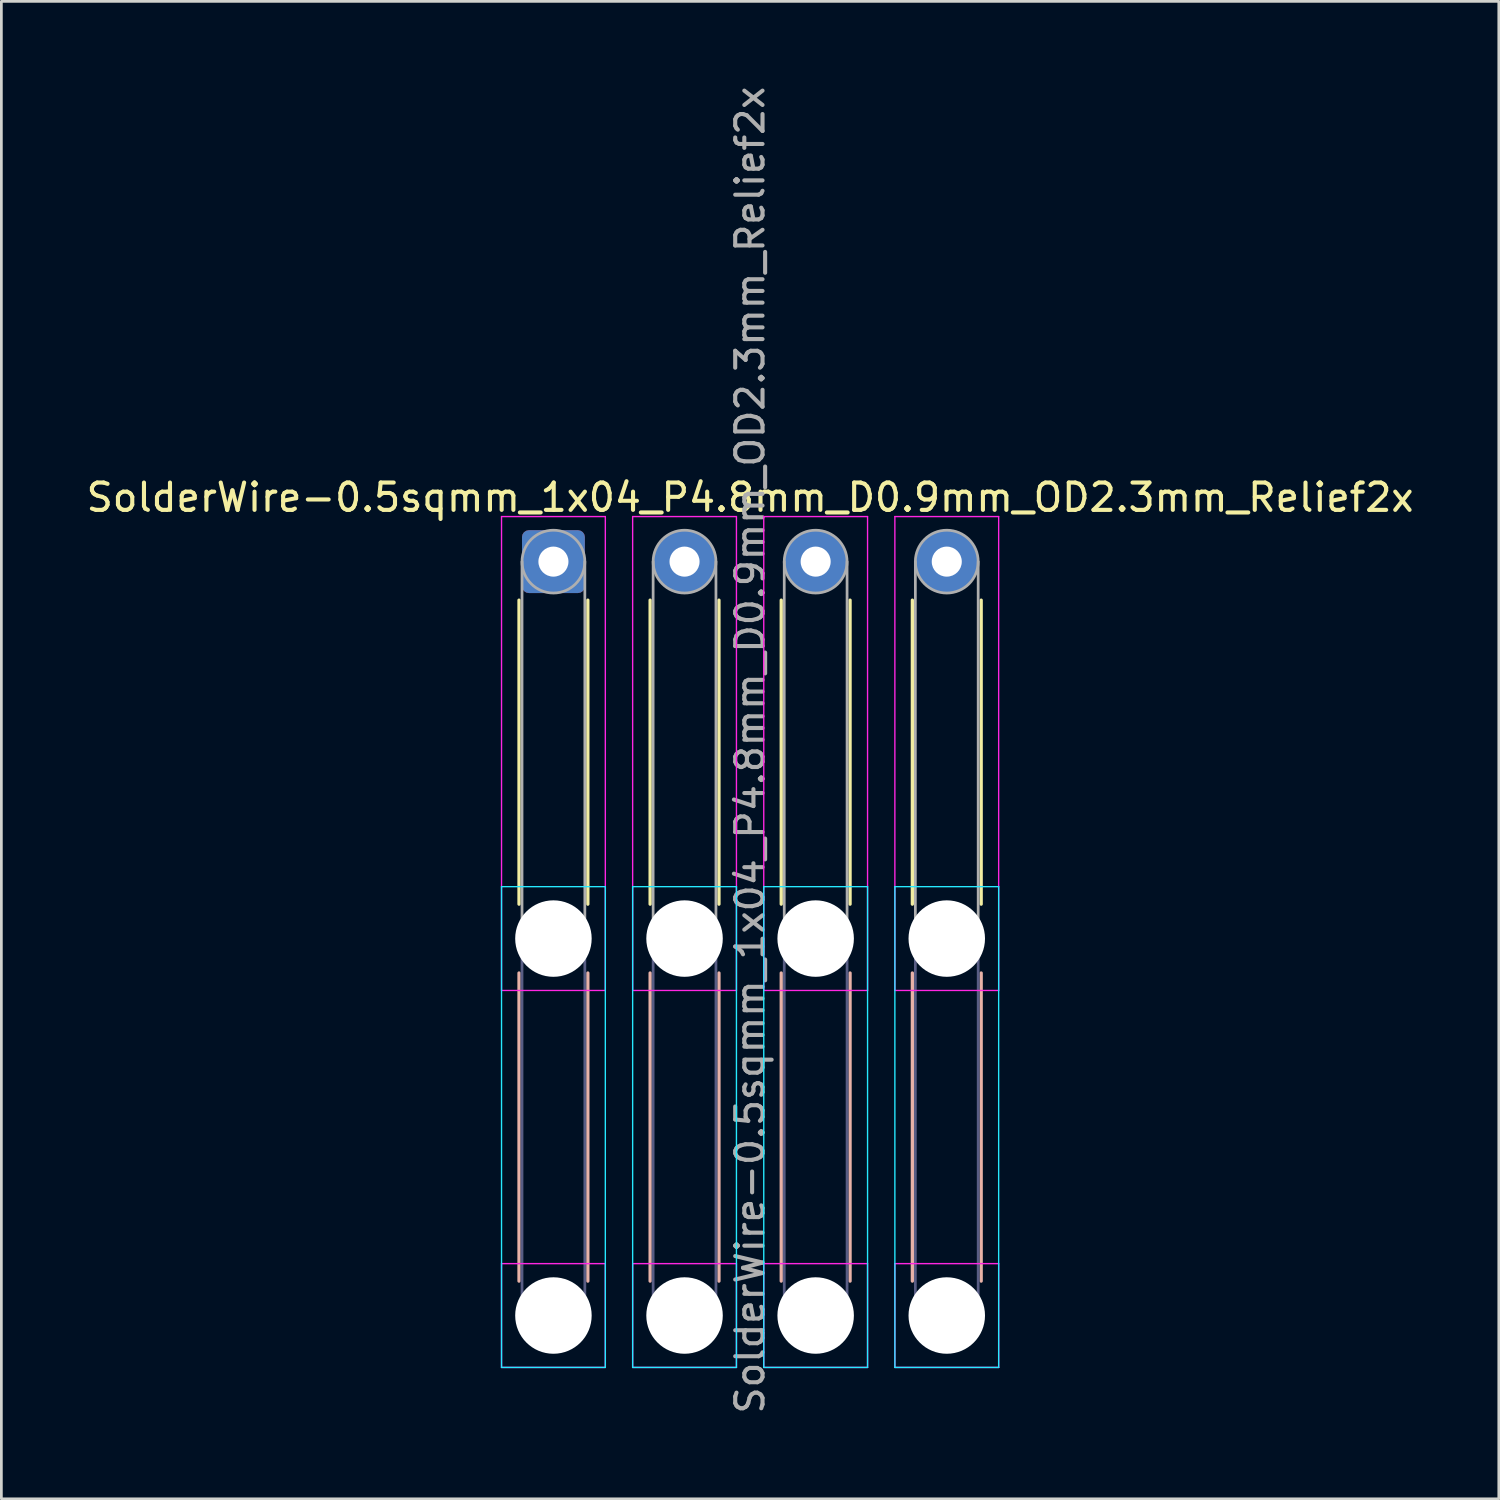
<source format=kicad_pcb>
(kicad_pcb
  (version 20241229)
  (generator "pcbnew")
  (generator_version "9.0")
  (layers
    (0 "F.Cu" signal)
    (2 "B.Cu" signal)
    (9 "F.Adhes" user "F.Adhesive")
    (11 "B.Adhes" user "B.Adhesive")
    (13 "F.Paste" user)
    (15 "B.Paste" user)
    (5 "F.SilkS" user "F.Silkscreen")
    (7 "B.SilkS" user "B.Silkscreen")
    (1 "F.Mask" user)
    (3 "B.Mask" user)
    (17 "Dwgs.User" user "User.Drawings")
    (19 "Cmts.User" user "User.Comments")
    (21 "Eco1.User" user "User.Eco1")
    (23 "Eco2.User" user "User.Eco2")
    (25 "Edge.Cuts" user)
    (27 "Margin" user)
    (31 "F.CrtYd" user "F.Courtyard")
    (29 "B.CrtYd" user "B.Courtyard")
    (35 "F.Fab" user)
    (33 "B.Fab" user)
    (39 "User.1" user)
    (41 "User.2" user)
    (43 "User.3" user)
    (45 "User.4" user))
  (footprint "SolderWire-0.5sqmm_1x04_P4.8mm_D0.9mm_OD2.3mm_Relief2x"
    (layer "F.Cu")
    (at 17.211 17.511)
    (property "Reference" "SolderWire-0.5sqmm_1x04_P4.8mm_D0.9mm_OD2.3mm_Relief2x" (at 7.2 -2.35 0) (layer "F.SilkS") (effects (font (size 1 1) (thickness 0.15))))
    (attr exclude_from_pos_files exclude_from_bom)
    (fp_line (start -1.26 1.41) (end -1.26 12.54) (stroke (width 0.12) (type solid)) (layer "F.SilkS"))
    (fp_line (start 1.26 1.41) (end 1.26 12.54) (stroke (width 0.12) (type solid)) (layer "F.SilkS"))
    (fp_line (start 3.54 1.41) (end 3.54 12.54) (stroke (width 0.12) (type solid)) (layer "F.SilkS"))
    (fp_line (start 6.06 1.41) (end 6.06 12.54) (stroke (width 0.12) (type solid)) (layer "F.SilkS"))
    (fp_line (start 8.34 1.41) (end 8.34 12.54) (stroke (width 0.12) (type solid)) (layer "F.SilkS"))
    (fp_line (start 10.86 1.41) (end 10.86 12.54) (stroke (width 0.12) (type solid)) (layer "F.SilkS"))
    (fp_line (start 13.14 1.41) (end 13.14 12.54) (stroke (width 0.12) (type solid)) (layer "F.SilkS"))
    (fp_line (start 15.66 1.41) (end 15.66 12.54) (stroke (width 0.12) (type solid)) (layer "F.SilkS"))
    (fp_line (start -1.26 15.06) (end -1.26 26.34) (stroke (width 0.12) (type solid)) (layer "B.SilkS"))
    (fp_line (start 1.26 15.06) (end 1.26 26.34) (stroke (width 0.12) (type solid)) (layer "B.SilkS"))
    (fp_line (start 3.54 15.06) (end 3.54 26.34) (stroke (width 0.12) (type solid)) (layer "B.SilkS"))
    (fp_line (start 6.06 15.06) (end 6.06 26.34) (stroke (width 0.12) (type solid)) (layer "B.SilkS"))
    (fp_line (start 8.34 15.06) (end 8.34 26.34) (stroke (width 0.12) (type solid)) (layer "B.SilkS"))
    (fp_line (start 10.86 15.06) (end 10.86 26.34) (stroke (width 0.12) (type solid)) (layer "B.SilkS"))
    (fp_line (start 13.14 15.06) (end 13.14 26.34) (stroke (width 0.12) (type solid)) (layer "B.SilkS"))
    (fp_line (start 15.66 15.06) (end 15.66 26.34) (stroke (width 0.12) (type solid)) (layer "B.SilkS"))
    (fp_line (start -1.9 11.9) (end -1.9 29.5) (stroke (width 0.05) (type solid)) (layer "B.CrtYd"))
    (fp_line (start -1.9 29.5) (end 1.9 29.5) (stroke (width 0.05) (type solid)) (layer "B.CrtYd"))
    (fp_line (start 1.9 11.9) (end -1.9 11.9) (stroke (width 0.05) (type solid)) (layer "B.CrtYd"))
    (fp_line (start 1.9 29.5) (end 1.9 11.9) (stroke (width 0.05) (type solid)) (layer "B.CrtYd"))
    (fp_line (start 2.9 11.9) (end 2.9 29.5) (stroke (width 0.05) (type solid)) (layer "B.CrtYd"))
    (fp_line (start 2.9 29.5) (end 6.7 29.5) (stroke (width 0.05) (type solid)) (layer "B.CrtYd"))
    (fp_line (start 6.7 11.9) (end 2.9 11.9) (stroke (width 0.05) (type solid)) (layer "B.CrtYd"))
    (fp_line (start 6.7 29.5) (end 6.7 11.9) (stroke (width 0.05) (type solid)) (layer "B.CrtYd"))
    (fp_line (start 7.7 11.9) (end 7.7 29.5) (stroke (width 0.05) (type solid)) (layer "B.CrtYd"))
    (fp_line (start 7.7 29.5) (end 11.5 29.5) (stroke (width 0.05) (type solid)) (layer "B.CrtYd"))
    (fp_line (start 11.5 11.9) (end 7.7 11.9) (stroke (width 0.05) (type solid)) (layer "B.CrtYd"))
    (fp_line (start 11.5 29.5) (end 11.5 11.9) (stroke (width 0.05) (type solid)) (layer "B.CrtYd"))
    (fp_line (start 12.5 11.9) (end 12.5 29.5) (stroke (width 0.05) (type solid)) (layer "B.CrtYd"))
    (fp_line (start 12.5 29.5) (end 16.3 29.5) (stroke (width 0.05) (type solid)) (layer "B.CrtYd"))
    (fp_line (start 16.3 11.9) (end 12.5 11.9) (stroke (width 0.05) (type solid)) (layer "B.CrtYd"))
    (fp_line (start 16.3 29.5) (end 16.3 11.9) (stroke (width 0.05) (type solid)) (layer "B.CrtYd"))
    (fp_line (start -1.9 -1.65) (end -1.9 15.7) (stroke (width 0.05) (type solid)) (layer "F.CrtYd"))
    (fp_line (start -1.9 15.7) (end 1.9 15.7) (stroke (width 0.05) (type solid)) (layer "F.CrtYd"))
    (fp_line (start -1.9 25.7) (end -1.9 29.5) (stroke (width 0.05) (type solid)) (layer "F.CrtYd"))
    (fp_line (start -1.9 29.5) (end 1.9 29.5) (stroke (width 0.05) (type solid)) (layer "F.CrtYd"))
    (fp_line (start 1.9 -1.65) (end -1.9 -1.65) (stroke (width 0.05) (type solid)) (layer "F.CrtYd"))
    (fp_line (start 1.9 15.7) (end 1.9 -1.65) (stroke (width 0.05) (type solid)) (layer "F.CrtYd"))
    (fp_line (start 1.9 25.7) (end -1.9 25.7) (stroke (width 0.05) (type solid)) (layer "F.CrtYd"))
    (fp_line (start 1.9 29.5) (end 1.9 25.7) (stroke (width 0.05) (type solid)) (layer "F.CrtYd"))
    (fp_line (start 2.9 -1.65) (end 2.9 15.7) (stroke (width 0.05) (type solid)) (layer "F.CrtYd"))
    (fp_line (start 2.9 15.7) (end 6.7 15.7) (stroke (width 0.05) (type solid)) (layer "F.CrtYd"))
    (fp_line (start 2.9 25.7) (end 2.9 29.5) (stroke (width 0.05) (type solid)) (layer "F.CrtYd"))
    (fp_line (start 2.9 29.5) (end 6.7 29.5) (stroke (width 0.05) (type solid)) (layer "F.CrtYd"))
    (fp_line (start 6.7 -1.65) (end 2.9 -1.65) (stroke (width 0.05) (type solid)) (layer "F.CrtYd"))
    (fp_line (start 6.7 15.7) (end 6.7 -1.65) (stroke (width 0.05) (type solid)) (layer "F.CrtYd"))
    (fp_line (start 6.7 25.7) (end 2.9 25.7) (stroke (width 0.05) (type solid)) (layer "F.CrtYd"))
    (fp_line (start 6.7 29.5) (end 6.7 25.7) (stroke (width 0.05) (type solid)) (layer "F.CrtYd"))
    (fp_line (start 7.7 -1.65) (end 7.7 15.7) (stroke (width 0.05) (type solid)) (layer "F.CrtYd"))
    (fp_line (start 7.7 15.7) (end 11.5 15.7) (stroke (width 0.05) (type solid)) (layer "F.CrtYd"))
    (fp_line (start 7.7 25.7) (end 7.7 29.5) (stroke (width 0.05) (type solid)) (layer "F.CrtYd"))
    (fp_line (start 7.7 29.5) (end 11.5 29.5) (stroke (width 0.05) (type solid)) (layer "F.CrtYd"))
    (fp_line (start 11.5 -1.65) (end 7.7 -1.65) (stroke (width 0.05) (type solid)) (layer "F.CrtYd"))
    (fp_line (start 11.5 15.7) (end 11.5 -1.65) (stroke (width 0.05) (type solid)) (layer "F.CrtYd"))
    (fp_line (start 11.5 25.7) (end 7.7 25.7) (stroke (width 0.05) (type solid)) (layer "F.CrtYd"))
    (fp_line (start 11.5 29.5) (end 11.5 25.7) (stroke (width 0.05) (type solid)) (layer "F.CrtYd"))
    (fp_line (start 12.5 -1.65) (end 12.5 15.7) (stroke (width 0.05) (type solid)) (layer "F.CrtYd"))
    (fp_line (start 12.5 15.7) (end 16.3 15.7) (stroke (width 0.05) (type solid)) (layer "F.CrtYd"))
    (fp_line (start 12.5 25.7) (end 12.5 29.5) (stroke (width 0.05) (type solid)) (layer "F.CrtYd"))
    (fp_line (start 12.5 29.5) (end 16.3 29.5) (stroke (width 0.05) (type solid)) (layer "F.CrtYd"))
    (fp_line (start 16.3 -1.65) (end 12.5 -1.65) (stroke (width 0.05) (type solid)) (layer "F.CrtYd"))
    (fp_line (start 16.3 15.7) (end 16.3 -1.65) (stroke (width 0.05) (type solid)) (layer "F.CrtYd"))
    (fp_line (start 16.3 25.7) (end 12.5 25.7) (stroke (width 0.05) (type solid)) (layer "F.CrtYd"))
    (fp_line (start 16.3 29.5) (end 16.3 25.7) (stroke (width 0.05) (type solid)) (layer "F.CrtYd"))
    (fp_line (start -1.15 13.8) (end -1.15 27.6) (stroke (width 0.1) (type solid)) (layer "B.Fab"))
    (fp_line (start 1.15 13.8) (end 1.15 27.6) (stroke (width 0.1) (type solid)) (layer "B.Fab"))
    (fp_line (start 3.65 13.8) (end 3.65 27.6) (stroke (width 0.1) (type solid)) (layer "B.Fab"))
    (fp_line (start 5.95 13.8) (end 5.95 27.6) (stroke (width 0.1) (type solid)) (layer "B.Fab"))
    (fp_line (start 8.45 13.8) (end 8.45 27.6) (stroke (width 0.1) (type solid)) (layer "B.Fab"))
    (fp_line (start 10.75 13.8) (end 10.75 27.6) (stroke (width 0.1) (type solid)) (layer "B.Fab"))
    (fp_line (start 13.25 13.8) (end 13.25 27.6) (stroke (width 0.1) (type solid)) (layer "B.Fab"))
    (fp_line (start 15.55 13.8) (end 15.55 27.6) (stroke (width 0.1) (type solid)) (layer "B.Fab"))
    (fp_circle (center 0 13.8) (end 1.15 13.8) (stroke (width 0.1) (type solid)) (fill no) (layer "B.Fab"))
    (fp_circle (center 0 27.6) (end 1.15 27.6) (stroke (width 0.1) (type solid)) (fill no) (layer "B.Fab"))
    (fp_circle (center 4.8 13.8) (end 5.95 13.8) (stroke (width 0.1) (type solid)) (fill no) (layer "B.Fab"))
    (fp_circle (center 4.8 27.6) (end 5.95 27.6) (stroke (width 0.1) (type solid)) (fill no) (layer "B.Fab"))
    (fp_circle (center 9.6 13.8) (end 10.75 13.8) (stroke (width 0.1) (type solid)) (fill no) (layer "B.Fab"))
    (fp_circle (center 9.6 27.6) (end 10.75 27.6) (stroke (width 0.1) (type solid)) (fill no) (layer "B.Fab"))
    (fp_circle (center 14.4 13.8) (end 15.55 13.8) (stroke (width 0.1) (type solid)) (fill no) (layer "B.Fab"))
    (fp_circle (center 14.4 27.6) (end 15.55 27.6) (stroke (width 0.1) (type solid)) (fill no) (layer "B.Fab"))
    (fp_line (start -1.15 0) (end -1.15 13.8) (stroke (width 0.1) (type solid)) (layer "F.Fab"))
    (fp_line (start 1.15 0) (end 1.15 13.8) (stroke (width 0.1) (type solid)) (layer "F.Fab"))
    (fp_line (start 3.65 0) (end 3.65 13.8) (stroke (width 0.1) (type solid)) (layer "F.Fab"))
    (fp_line (start 5.95 0) (end 5.95 13.8) (stroke (width 0.1) (type solid)) (layer "F.Fab"))
    (fp_line (start 8.45 0) (end 8.45 13.8) (stroke (width 0.1) (type solid)) (layer "F.Fab"))
    (fp_line (start 10.75 0) (end 10.75 13.8) (stroke (width 0.1) (type solid)) (layer "F.Fab"))
    (fp_line (start 13.25 0) (end 13.25 13.8) (stroke (width 0.1) (type solid)) (layer "F.Fab"))
    (fp_line (start 15.55 0) (end 15.55 13.8) (stroke (width 0.1) (type solid)) (layer "F.Fab"))
    (fp_circle (center 0 0) (end 1.15 0) (stroke (width 0.1) (type solid)) (fill no) (layer "F.Fab"))
    (fp_circle (center 0 13.8) (end 1.15 13.8) (stroke (width 0.1) (type solid)) (fill no) (layer "F.Fab"))
    (fp_circle (center 0 27.6) (end 1.15 27.6) (stroke (width 0.1) (type solid)) (fill no) (layer "F.Fab"))
    (fp_circle (center 4.8 0) (end 5.95 0) (stroke (width 0.1) (type solid)) (fill no) (layer "F.Fab"))
    (fp_circle (center 4.8 13.8) (end 5.95 13.8) (stroke (width 0.1) (type solid)) (fill no) (layer "F.Fab"))
    (fp_circle (center 4.8 27.6) (end 5.95 27.6) (stroke (width 0.1) (type solid)) (fill no) (layer "F.Fab"))
    (fp_circle (center 9.6 0) (end 10.75 0) (stroke (width 0.1) (type solid)) (fill no) (layer "F.Fab"))
    (fp_circle (center 9.6 13.8) (end 10.75 13.8) (stroke (width 0.1) (type solid)) (fill no) (layer "F.Fab"))
    (fp_circle (center 9.6 27.6) (end 10.75 27.6) (stroke (width 0.1) (type solid)) (fill no) (layer "F.Fab"))
    (fp_circle (center 14.4 0) (end 15.55 0) (stroke (width 0.1) (type solid)) (fill no) (layer "F.Fab"))
    (fp_circle (center 14.4 13.8) (end 15.55 13.8) (stroke (width 0.1) (type solid)) (fill no) (layer "F.Fab"))
    (fp_circle (center 14.4 27.6) (end 15.55 27.6) (stroke (width 0.1) (type solid)) (fill no) (layer "F.Fab"))
    (fp_text user "${REFERENCE}" (at 7.2 6.9 90) (layer "F.Fab") (effects (font (size 1 1) (thickness 0.15))))
    (pad "" np_thru_hole circle (at 0 13.8) (size 2.8 2.8) (drill 2.8) (layers "*.Cu" "*.Mask"))
    (pad "" np_thru_hole circle (at 0 27.6) (size 2.8 2.8) (drill 2.8) (layers "*.Cu" "*.Mask"))
    (pad "" np_thru_hole circle (at 4.8 13.8) (size 2.8 2.8) (drill 2.8) (layers "*.Cu" "*.Mask"))
    (pad "" np_thru_hole circle (at 4.8 27.6) (size 2.8 2.8) (drill 2.8) (layers "*.Cu" "*.Mask"))
    (pad "" np_thru_hole circle (at 9.6 13.8) (size 2.8 2.8) (drill 2.8) (layers "*.Cu" "*.Mask"))
    (pad "" np_thru_hole circle (at 9.6 27.6) (size 2.8 2.8) (drill 2.8) (layers "*.Cu" "*.Mask"))
    (pad "" np_thru_hole circle (at 14.4 13.8) (size 2.8 2.8) (drill 2.8) (layers "*.Cu" "*.Mask"))
    (pad "" np_thru_hole circle (at 14.4 27.6) (size 2.8 2.8) (drill 2.8) (layers "*.Cu" "*.Mask"))
    (pad "1" thru_hole roundrect (at 0 0) (size 2.3 2.3) (drill 1.1) (layers "*.Cu" "*.Mask") (roundrect_rratio 0.109))
    (pad "2" thru_hole circle (at 4.8 0) (size 2.3 2.3) (drill 1.1) (layers "*.Cu" "*.Mask"))
    (pad "3" thru_hole circle (at 9.6 0) (size 2.3 2.3) (drill 1.1) (layers "*.Cu" "*.Mask"))
    (pad "4" thru_hole circle (at 14.4 0) (size 2.3 2.3) (drill 1.1) (layers "*.Cu" "*.Mask")))
  (gr_rect
    (start -3 -3)
    (end 51.821 51.821)
    (stroke (width 0.1) (type default))
    (fill no)
    (layer "Edge.Cuts")))
</source>
